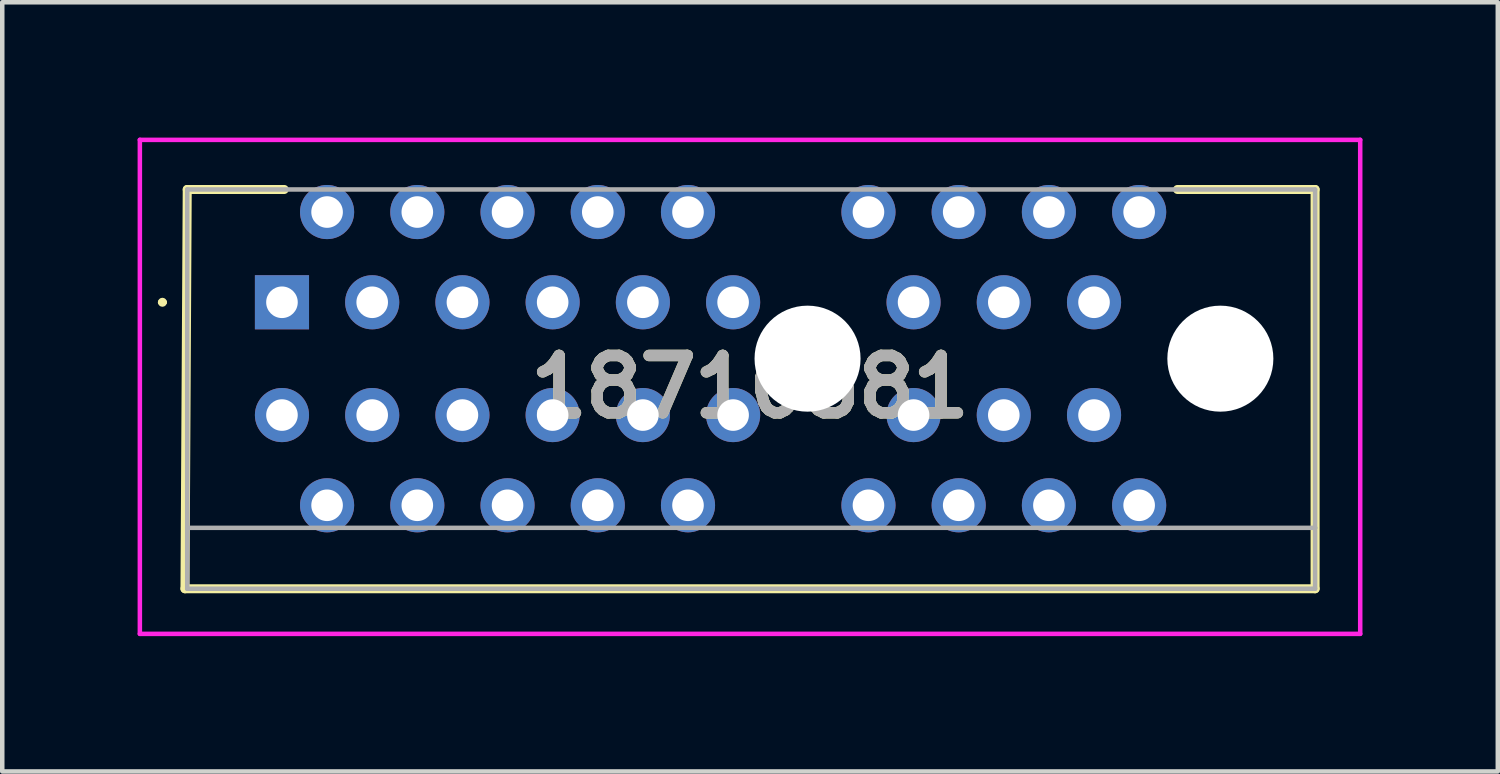
<source format=kicad_pcb>
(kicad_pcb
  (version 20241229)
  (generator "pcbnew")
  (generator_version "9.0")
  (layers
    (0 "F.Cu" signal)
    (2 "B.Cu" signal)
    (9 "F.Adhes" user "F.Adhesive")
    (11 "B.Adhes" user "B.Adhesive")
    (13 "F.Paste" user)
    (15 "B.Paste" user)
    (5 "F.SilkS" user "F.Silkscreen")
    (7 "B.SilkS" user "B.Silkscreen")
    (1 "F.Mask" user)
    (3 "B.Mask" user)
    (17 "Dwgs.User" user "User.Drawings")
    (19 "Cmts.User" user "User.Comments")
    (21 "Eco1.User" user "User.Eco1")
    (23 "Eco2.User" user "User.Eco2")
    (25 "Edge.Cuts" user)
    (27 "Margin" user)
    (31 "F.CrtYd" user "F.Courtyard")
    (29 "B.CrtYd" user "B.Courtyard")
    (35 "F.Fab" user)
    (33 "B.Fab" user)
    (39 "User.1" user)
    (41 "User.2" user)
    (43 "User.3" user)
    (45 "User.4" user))
  (footprint "18710581"
    (layer "F.Cu")
    (at 3.2 3.65)
    (property "Reference" "18710581" (at 10.375 1.875 0) (layer "F.SilkS") (effects (font (size 1.27 1.27) (thickness 0.254))))
    (attr through_hole)
    (fp_line (start -2.7 0) (end -2.7 0) (stroke (width 0.1) (type solid)) (layer "F.SilkS"))
    (fp_line (start -2.6 0) (end -2.6 0) (stroke (width 0.1) (type solid)) (layer "F.SilkS"))
    (fp_line (start -2.15 6.35) (end 22.9 6.35) (stroke (width 0.2) (type solid)) (layer "F.SilkS"))
    (fp_line (start -2.1 -2.5) (end -2.15 6.35) (stroke (width 0.2) (type solid)) (layer "F.SilkS"))
    (fp_line (start 0.05 -2.5) (end -2.1 -2.5) (stroke (width 0.2) (type solid)) (layer "F.SilkS"))
    (fp_line (start 22.9 -2.5) (end 19.85 -2.5) (stroke (width 0.2) (type solid)) (layer "F.SilkS"))
    (fp_line (start 22.9 6.35) (end 22.9 -2.5) (stroke (width 0.2) (type solid)) (layer "F.SilkS"))
    (fp_arc (start -2.7 0) (mid -2.65 -0.05) (end -2.6 0) (stroke (width 0.1) (type solid)) (layer "F.SilkS"))
    (fp_arc (start -2.6 0) (mid -2.65 0.05) (end -2.7 0) (stroke (width 0.1) (type solid)) (layer "F.SilkS"))
    (fp_line (start -3.15 -3.6) (end 23.9 -3.6) (stroke (width 0.1) (type solid)) (layer "F.CrtYd"))
    (fp_line (start -3.15 7.35) (end -3.15 -3.6) (stroke (width 0.1) (type solid)) (layer "F.CrtYd"))
    (fp_line (start 23.9 -3.6) (end 23.9 7.35) (stroke (width 0.1) (type solid)) (layer "F.CrtYd"))
    (fp_line (start 23.9 7.35) (end -3.15 7.35) (stroke (width 0.1) (type solid)) (layer "F.CrtYd"))
    (fp_line (start -2.1 -2.5) (end 22.9 -2.5) (stroke (width 0.1) (type solid)) (layer "F.Fab"))
    (fp_line (start -2.1 5) (end -2.1 -2.5) (stroke (width 0.1) (type solid)) (layer "F.Fab"))
    (fp_line (start -2.1 5) (end -2.1 6.35) (stroke (width 0.1) (type solid)) (layer "F.Fab"))
    (fp_line (start -2.1 6.35) (end 22.9 6.35) (stroke (width 0.1) (type solid)) (layer "F.Fab"))
    (fp_line (start 22.9 -2.5) (end 22.9 5) (stroke (width 0.1) (type solid)) (layer "F.Fab"))
    (fp_line (start 22.9 5) (end -2.1 5) (stroke (width 0.1) (type solid)) (layer "F.Fab"))
    (fp_line (start 22.9 6.35) (end 22.9 5) (stroke (width 0.1) (type solid)) (layer "F.Fab"))
    (fp_text user "${REFERENCE}" (at 10.375 1.875 0) (layer "F.Fab") (effects (font (size 1.27 1.27) (thickness 0.254))))
    (pad "" np_thru_hole circle (at 11.65 1.25) (size 2.35 2.35) (drill 2.35) (layers "*.Cu" "*.Mask"))
    (pad "" np_thru_hole circle (at 20.8 1.25) (size 2.35 2.35) (drill 2.35) (layers "*.Cu" "*.Mask"))
    (pad "A1" thru_hole rect (at 0 0) (size 1.2 1.2) (drill 0.7) (layers "*.Cu" "*.Mask"))
    (pad "A2" thru_hole circle (at 1 -2) (size 1.2 1.2) (drill 0.7) (layers "*.Cu" "*.Mask"))
    (pad "A3" thru_hole circle (at 2 0) (size 1.2 1.2) (drill 0.7) (layers "*.Cu" "*.Mask"))
    (pad "A4" thru_hole circle (at 3 -2) (size 1.2 1.2) (drill 0.7) (layers "*.Cu" "*.Mask"))
    (pad "A5" thru_hole circle (at 4 0) (size 1.2 1.2) (drill 0.7) (layers "*.Cu" "*.Mask"))
    (pad "A6" thru_hole circle (at 5 -2) (size 1.2 1.2) (drill 0.7) (layers "*.Cu" "*.Mask"))
    (pad "A7" thru_hole circle (at 6 0) (size 1.2 1.2) (drill 0.7) (layers "*.Cu" "*.Mask"))
    (pad "A8" thru_hole circle (at 7 -2) (size 1.2 1.2) (drill 0.7) (layers "*.Cu" "*.Mask"))
    (pad "A9" thru_hole circle (at 8 0) (size 1.2 1.2) (drill 0.7) (layers "*.Cu" "*.Mask"))
    (pad "A10" thru_hole circle (at 9 -2) (size 1.2 1.2) (drill 0.7) (layers "*.Cu" "*.Mask"))
    (pad "A11" thru_hole circle (at 10 0) (size 1.2 1.2) (drill 0.7) (layers "*.Cu" "*.Mask"))
    (pad "A12" thru_hole circle (at 13 -2) (size 1.2 1.2) (drill 0.7) (layers "*.Cu" "*.Mask"))
    (pad "A13" thru_hole circle (at 14 0) (size 1.2 1.2) (drill 0.7) (layers "*.Cu" "*.Mask"))
    (pad "A14" thru_hole circle (at 15 -2) (size 1.2 1.2) (drill 0.7) (layers "*.Cu" "*.Mask"))
    (pad "A15" thru_hole circle (at 16 0) (size 1.2 1.2) (drill 0.7) (layers "*.Cu" "*.Mask"))
    (pad "A16" thru_hole circle (at 17 -2) (size 1.2 1.2) (drill 0.7) (layers "*.Cu" "*.Mask"))
    (pad "A17" thru_hole circle (at 18 0) (size 1.2 1.2) (drill 0.7) (layers "*.Cu" "*.Mask"))
    (pad "A18" thru_hole circle (at 19 -2) (size 1.2 1.2) (drill 0.7) (layers "*.Cu" "*.Mask"))
    (pad "B1" thru_hole circle (at 0 2.5) (size 1.2 1.2) (drill 0.7) (layers "*.Cu" "*.Mask"))
    (pad "B2" thru_hole circle (at 1 4.5) (size 1.2 1.2) (drill 0.7) (layers "*.Cu" "*.Mask"))
    (pad "B3" thru_hole circle (at 2 2.5) (size 1.2 1.2) (drill 0.7) (layers "*.Cu" "*.Mask"))
    (pad "B4" thru_hole circle (at 3 4.5) (size 1.2 1.2) (drill 0.7) (layers "*.Cu" "*.Mask"))
    (pad "B5" thru_hole circle (at 4 2.5) (size 1.2 1.2) (drill 0.7) (layers "*.Cu" "*.Mask"))
    (pad "B6" thru_hole circle (at 5 4.5) (size 1.2 1.2) (drill 0.7) (layers "*.Cu" "*.Mask"))
    (pad "B7" thru_hole circle (at 6 2.5) (size 1.2 1.2) (drill 0.7) (layers "*.Cu" "*.Mask"))
    (pad "B8" thru_hole circle (at 7 4.5) (size 1.2 1.2) (drill 0.7) (layers "*.Cu" "*.Mask"))
    (pad "B9" thru_hole circle (at 8 2.5) (size 1.2 1.2) (drill 0.7) (layers "*.Cu" "*.Mask"))
    (pad "B10" thru_hole circle (at 9 4.5) (size 1.2 1.2) (drill 0.7) (layers "*.Cu" "*.Mask"))
    (pad "B11" thru_hole circle (at 10 2.5) (size 1.2 1.2) (drill 0.7) (layers "*.Cu" "*.Mask"))
    (pad "B12" thru_hole circle (at 13 4.5) (size 1.2 1.2) (drill 0.7) (layers "*.Cu" "*.Mask"))
    (pad "B13" thru_hole circle (at 14 2.5) (size 1.2 1.2) (drill 0.7) (layers "*.Cu" "*.Mask"))
    (pad "B14" thru_hole circle (at 15 4.5) (size 1.2 1.2) (drill 0.7) (layers "*.Cu" "*.Mask"))
    (pad "B15" thru_hole circle (at 16 2.5) (size 1.2 1.2) (drill 0.7) (layers "*.Cu" "*.Mask"))
    (pad "B16" thru_hole circle (at 17 4.5) (size 1.2 1.2) (drill 0.7) (layers "*.Cu" "*.Mask"))
    (pad "B17" thru_hole circle (at 18 2.5) (size 1.2 1.2) (drill 0.7) (layers "*.Cu" "*.Mask"))
    (pad "B18" thru_hole circle (at 19 4.5) (size 1.2 1.2) (drill 0.7) (layers "*.Cu" "*.Mask")))
  (gr_rect
    (start -3 -3)
    (end 30.15 14.05)
    (stroke (width 0.1) (type default))
    (fill no)
    (layer "Edge.Cuts")))
</source>
